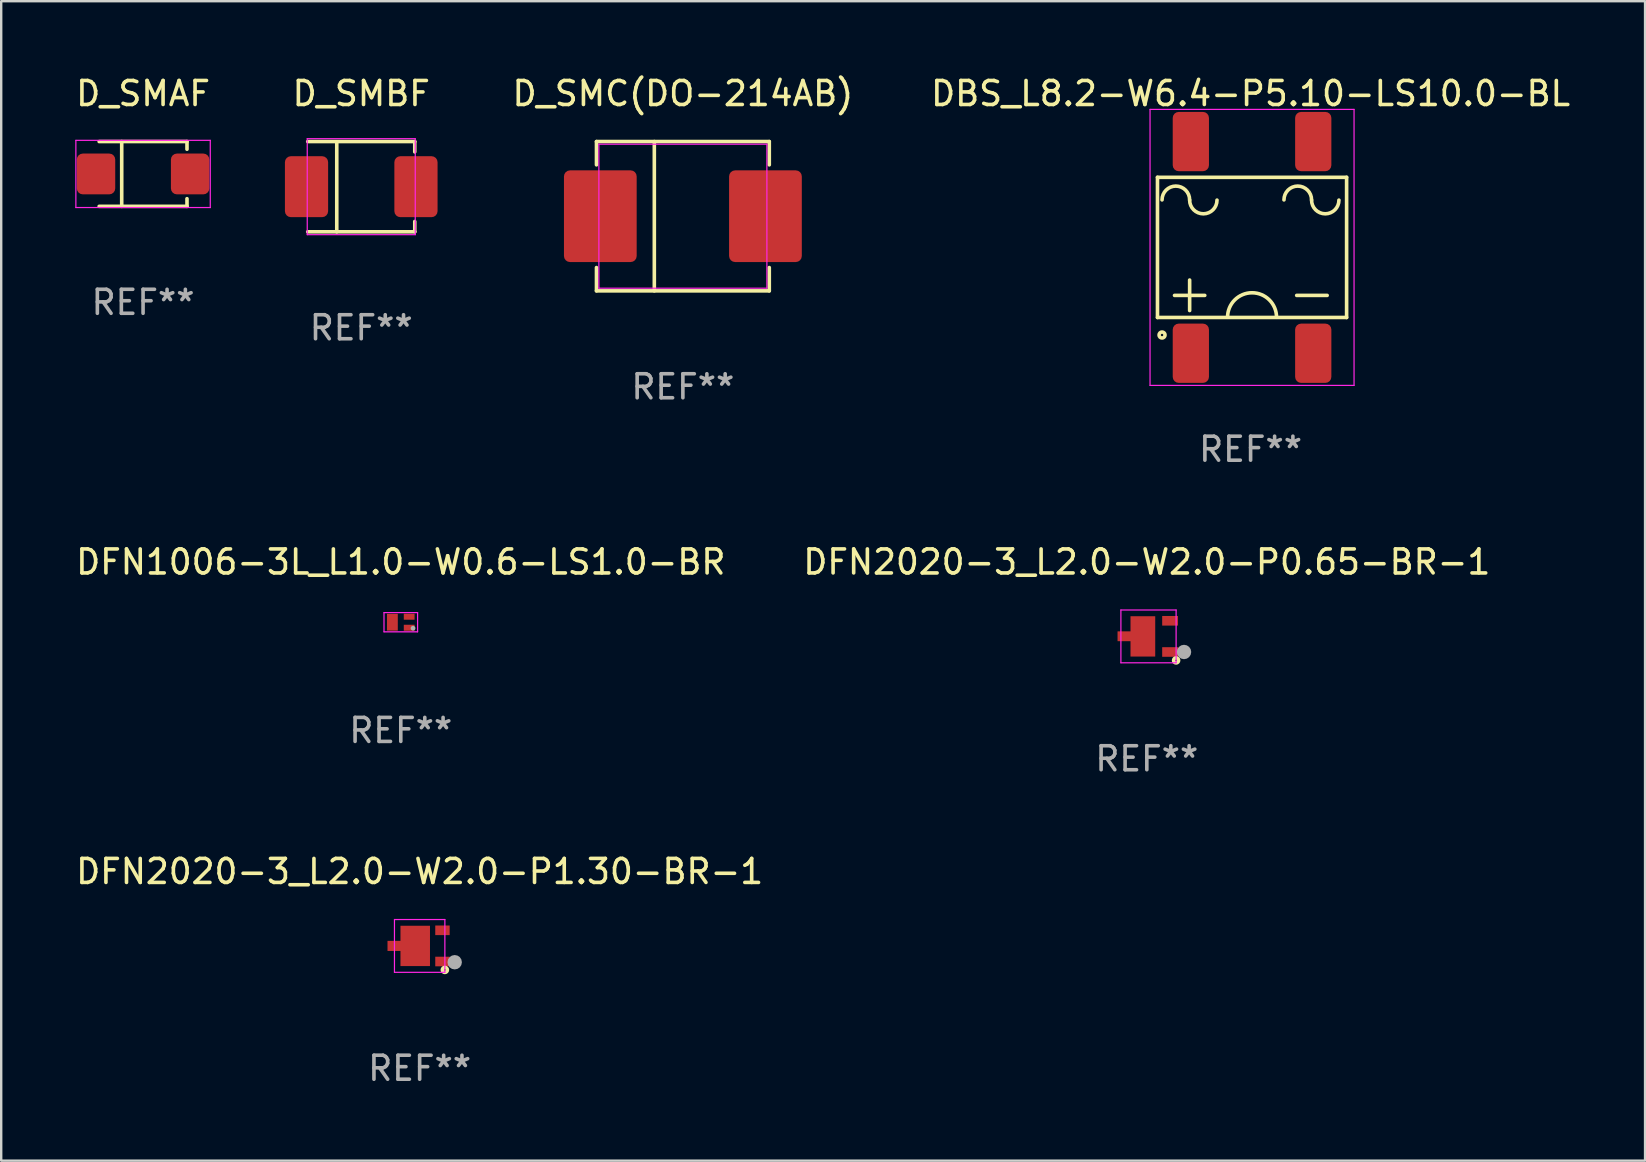
<source format=kicad_pcb>
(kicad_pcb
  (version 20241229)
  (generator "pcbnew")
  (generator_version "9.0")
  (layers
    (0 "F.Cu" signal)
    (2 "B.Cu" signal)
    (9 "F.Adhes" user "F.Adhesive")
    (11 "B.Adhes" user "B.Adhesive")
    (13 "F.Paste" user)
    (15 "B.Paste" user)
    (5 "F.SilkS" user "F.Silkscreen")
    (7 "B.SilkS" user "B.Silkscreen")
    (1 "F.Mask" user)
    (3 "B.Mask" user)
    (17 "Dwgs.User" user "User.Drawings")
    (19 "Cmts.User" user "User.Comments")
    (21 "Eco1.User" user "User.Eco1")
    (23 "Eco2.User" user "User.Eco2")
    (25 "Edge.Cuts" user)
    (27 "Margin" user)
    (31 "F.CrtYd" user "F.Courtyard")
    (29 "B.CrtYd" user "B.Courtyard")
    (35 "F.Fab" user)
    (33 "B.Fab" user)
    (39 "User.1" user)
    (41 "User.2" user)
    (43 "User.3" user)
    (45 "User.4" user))
  (footprint "DFN1006-3L_L1.0-W0.6-LS1.0-BR"
    (layer "F.Cu")
    (at 13.649 22.875)
    (property "Reference" "DFN1006-3L_L1.0-W0.6-LS1.0-BR" (at 0 -2.51 0) (layer "F.SilkS") (effects (font (size 1 1) (thickness 0.15))))
    (attr smd)
    (fp_line (start -0.7 -0.4) (end 0.7 -0.4) (stroke (width 0.05) (type default)) (layer "F.CrtYd"))
    (fp_line (start -0.7 0.4) (end -0.7 -0.4) (stroke (width 0.05) (type default)) (layer "F.CrtYd"))
    (fp_line (start 0.7 -0.4) (end 0.7 0.4) (stroke (width 0.05) (type default)) (layer "F.CrtYd"))
    (fp_line (start 0.7 0.4) (end -0.7 0.4) (stroke (width 0.05) (type default)) (layer "F.CrtYd"))
    (fp_circle (center 0.51 0.25) (end 0.56 0.25) (stroke (width 0.1) (type solid)) (fill no) (layer "F.Fab"))
    (fp_text user "REF**" (at 0 4.51 0) (layer "F.Fab") (effects (font (size 1 1) (thickness 0.15))))
    (pad "1" smd rect (at 0.35 0.23) (size 0.45 0.25) (layers "F.Cu" "F.Mask" "F.Paste"))
    (pad "2" smd rect (at 0.35 -0.23) (size 0.45 0.25) (layers "F.Cu" "F.Mask" "F.Paste"))
    (pad "3" smd rect (at -0.35 0 180) (size 0.45 0.7) (layers "F.Cu" "F.Mask" "F.Paste")))
  (footprint "D_SMBF"
    (layer "F.Cu")
    (at 12.001 4.728)
    (property "Reference" "D_SMBF" (at 0 -3.88 0) (layer "F.SilkS") (effects (font (size 1 1) (thickness 0.15))))
    (attr smd)
    (fp_line (start -2.23 -1.88) (end 2.23 -1.88) (stroke (width 0.15) (type solid)) (layer "F.SilkS"))
    (fp_line (start -2.23 1.88) (end 2.23 1.88) (stroke (width 0.15) (type solid)) (layer "F.SilkS"))
    (fp_line (start -1.02 -1.87) (end -1.02 1.88) (stroke (width 0.15) (type solid)) (layer "F.SilkS"))
    (fp_line (start 2.23 -1.88) (end 2.23 -1.45) (stroke (width 0.15) (type solid)) (layer "F.SilkS"))
    (fp_line (start 2.23 1.45) (end 2.23 1.88) (stroke (width 0.15) (type solid)) (layer "F.SilkS"))
    (fp_line (start -2.25 -2) (end 2.25 -2) (stroke (width 0.05) (type default)) (layer "F.CrtYd"))
    (fp_line (start -2.25 2) (end -2.25 -2) (stroke (width 0.05) (type default)) (layer "F.CrtYd"))
    (fp_line (start 2.25 -2) (end 2.25 2) (stroke (width 0.05) (type default)) (layer "F.CrtYd"))
    (fp_line (start 2.25 2) (end -2.25 2) (stroke (width 0.05) (type default)) (layer "F.CrtYd"))
    (fp_text user "REF**" (at 0 5.88 0) (layer "F.Fab") (effects (font (size 1 1) (thickness 0.15))))
    (pad "1" smd roundrect (at -2.28 0) (size 1.8 2.54) (layers "F.Cu" "F.Mask" "F.Paste") (roundrect_rratio 0.139))
    (pad "2" smd roundrect (at 2.28 0) (size 1.8 2.54) (layers "F.Cu" "F.Mask" "F.Paste") (roundrect_rratio 0.139)))
  (footprint "DFN2020-3_L2.0-W2.0-P1.30-BR-1"
    (layer "F.Cu")
    (at 14.685 36.361)
    (property "Reference" "DFN2020-3_L2.0-W2.0-P1.30-BR-1" (at -0.25 -3.1 0) (layer "F.SilkS") (effects (font (size 1 1) (thickness 0.15))))
    (attr smd)
    (fp_circle (center 0.8 1) (end 0.83 1) (stroke (width 0.15) (type solid)) (fill no) (layer "F.SilkS"))
    (fp_line (start -1.3 -1.1) (end -1.3 1.1) (stroke (width 0.05) (type default)) (layer "F.CrtYd"))
    (fp_line (start -1.3 1.1) (end 0.8 1.1) (stroke (width 0.05) (type default)) (layer "F.CrtYd"))
    (fp_line (start 0.8 -1.1) (end -1.3 -1.1) (stroke (width 0.05) (type default)) (layer "F.CrtYd"))
    (fp_line (start 0.8 1.1) (end 0.8 -1.1) (stroke (width 0.05) (type default)) (layer "F.CrtYd"))
    (fp_circle (center 1.21 0.68) (end 1.36 0.68) (stroke (width 0.3) (type solid)) (fill no) (layer "F.Fab"))
    (fp_text user "REF**" (at -0.25 5.1 0) (layer "F.Fab") (effects (font (size 1 1) (thickness 0.15))))
    (pad "1" smd rect (at 0.7 0.65) (size 0.6 0.4) (layers "F.Cu" "F.Mask" "F.Paste"))
    (pad "2" smd rect (at 0.7 -0.65) (size 0.6 0.4) (layers "F.Cu" "F.Mask" "F.Paste"))
    (pad "3" smd custom (at -0.7 0) (size 0.1 0.1) (layers "F.Cu" "F.Mask" "F.Paste") (options (anchor circle)) (primitives (gr_poly (pts (xy -0.89 -0.21) (xy -0.35 -0.21) (xy -0.35 -0.84) (xy 0.88 -0.84) (xy 0.88 0.84) (xy -0.35 0.84) (xy -0.35 0.21) (xy -0.89 0.21) (xy -0.89 -0.21)) (width 0) (fill yes)))))
  (footprint "D_SMAF"
    (layer "F.Cu")
    (at 2.911 4.198)
    (property "Reference" "D_SMAF" (at 0 -3.35 0) (layer "F.SilkS") (effects (font (size 1 1) (thickness 0.15))))
    (attr smd)
    (fp_line (start -1.83 -1.35) (end 1.83 -1.35) (stroke (width 0.15) (type solid)) (layer "F.SilkS"))
    (fp_line (start -1.83 1.35) (end 1.83 1.35) (stroke (width 0.15) (type solid)) (layer "F.SilkS"))
    (fp_line (start -0.89 -1.35) (end -0.89 1.35) (stroke (width 0.15) (type solid)) (layer "F.SilkS"))
    (fp_line (start 1.83 -1.35) (end 1.83 -1.03) (stroke (width 0.15) (type solid)) (layer "F.SilkS"))
    (fp_line (start 1.83 1.03) (end 1.83 1.35) (stroke (width 0.15) (type solid)) (layer "F.SilkS"))
    (fp_line (start -2.8 -1.4) (end -2.8 1.4) (stroke (width 0.05) (type default)) (layer "F.CrtYd"))
    (fp_line (start -2.8 1.4) (end 2.8 1.4) (stroke (width 0.05) (type default)) (layer "F.CrtYd"))
    (fp_line (start 2.8 -1.4) (end -2.8 -1.4) (stroke (width 0.05) (type default)) (layer "F.CrtYd"))
    (fp_line (start 2.8 1.4) (end 2.8 -1.4) (stroke (width 0.05) (type default)) (layer "F.CrtYd"))
    (fp_text user "REF**" (at 0 5.35 0) (layer "F.Fab") (effects (font (size 1 1) (thickness 0.15))))
    (pad "1" smd roundrect (at -1.96 0 180) (size 1.6 1.7) (layers "F.Cu" "F.Mask" "F.Paste") (roundrect_rratio 0.156))
    (pad "2" smd roundrect (at 1.96 0 180) (size 1.6 1.7) (layers "F.Cu" "F.Mask" "F.Paste") (roundrect_rratio 0.156)))
  (footprint "DBS_L8.2-W6.4-P5.10-LS10.0-BL"
    (layer "F.Cu")
    (at 49.116 7.258)
    (property "Reference" "DBS_L8.2-W6.4-P5.10-LS10.0-BL" (at -0.06 -6.41 0) (layer "F.SilkS") (effects (font (size 1 1) (thickness 0.15))))
    (attr smd)
    (fp_line (start -3.94 -2.92) (end -3.94 2.92) (stroke (width 0.15) (type solid)) (layer "F.SilkS"))
    (fp_line (start -3.94 2.92) (end 3.94 2.92) (stroke (width 0.15) (type solid)) (layer "F.SilkS"))
    (fp_line (start -2.6 1.36) (end -2.6 2.63) (stroke (width 0.15) (type solid)) (layer "F.SilkS"))
    (fp_line (start -1.97 2) (end -3.23 2) (stroke (width 0.15) (type solid)) (layer "F.SilkS"))
    (fp_line (start 3.13 2) (end 1.86 2) (stroke (width 0.15) (type solid)) (layer "F.SilkS"))
    (fp_line (start 3.94 -2.92) (end -3.94 -2.92) (stroke (width 0.15) (type solid)) (layer "F.SilkS"))
    (fp_line (start 3.94 2.92) (end 3.94 -2.92) (stroke (width 0.15) (type solid)) (layer "F.SilkS"))
    (fp_arc (start -3.75 -1.98) (mid -3.17 -2.56) (end -2.6 -1.98) (stroke (width 0.15) (type solid)) (layer "F.SilkS"))
    (fp_arc (start -1.46 -1.97) (mid -2.03 -1.4) (end -2.6 -1.97) (stroke (width 0.15) (type solid)) (layer "F.SilkS"))
    (fp_arc (start -1.02 2.91) (mid 0 1.89) (end 1.02 2.91) (stroke (width 0.15) (type solid)) (layer "F.SilkS"))
    (fp_arc (start 1.33 -1.98) (mid 1.91 -2.56) (end 2.48 -1.98) (stroke (width 0.15) (type solid)) (layer "F.SilkS"))
    (fp_arc (start 3.62 -1.97) (mid 3.05 -1.4) (end 2.48 -1.97) (stroke (width 0.15) (type solid)) (layer "F.SilkS"))
    (fp_circle (center -3.75 3.65) (end -3.7 3.65) (stroke (width 0.15) (type solid)) (fill no) (layer "F.SilkS"))
    (fp_line (start -4.25 -5.75) (end 4.25 -5.75) (stroke (width 0.05) (type default)) (layer "F.CrtYd"))
    (fp_line (start -4.25 5.75) (end -4.25 -5.75) (stroke (width 0.05) (type default)) (layer "F.CrtYd"))
    (fp_line (start 4.25 -5.75) (end 4.25 5.75) (stroke (width 0.05) (type default)) (layer "F.CrtYd"))
    (fp_line (start 4.25 5.75) (end -4.25 5.75) (stroke (width 0.05) (type default)) (layer "F.CrtYd"))
    (fp_text user "REF**" (at -0.06 8.41 0) (layer "F.Fab") (effects (font (size 1 1) (thickness 0.15))))
    (pad "1" smd roundrect (at -2.55 4.41 180) (size 1.51 2.47) (layers "F.Cu" "F.Mask" "F.Paste") (roundrect_rratio 0.166))
    (pad "2" smd roundrect (at 2.55 4.41 180) (size 1.51 2.47) (layers "F.Cu" "F.Mask" "F.Paste") (roundrect_rratio 0.166))
    (pad "3" smd roundrect (at 2.55 -4.41 180) (size 1.51 2.47) (layers "F.Cu" "F.Mask" "F.Paste") (roundrect_rratio 0.166))
    (pad "4" smd roundrect (at -2.55 -4.41 180) (size 1.51 2.47) (layers "F.Cu" "F.Mask" "F.Paste") (roundrect_rratio 0.166)))
  (footprint "DFN2020-3_L2.0-W2.0-P0.65-BR-1"
    (layer "F.Cu")
    (at 45.052 23.465)
    (property "Reference" "DFN2020-3_L2.0-W2.0-P0.65-BR-1" (at -0.32 -3.1 0) (layer "F.SilkS") (effects (font (size 1 1) (thickness 0.15))))
    (attr smd)
    (fp_circle (center 0.9 1) (end 0.93 1) (stroke (width 0.15) (type solid)) (fill no) (layer "F.SilkS"))
    (fp_line (start -1.4 -1.1) (end 0.9 -1.1) (stroke (width 0.05) (type default)) (layer "F.CrtYd"))
    (fp_line (start -1.4 1.1) (end -1.4 -1.1) (stroke (width 0.05) (type default)) (layer "F.CrtYd"))
    (fp_line (start 0.9 -1.1) (end 0.9 1.1) (stroke (width 0.05) (type default)) (layer "F.CrtYd"))
    (fp_line (start 0.9 1.1) (end -1.4 1.1) (stroke (width 0.05) (type default)) (layer "F.CrtYd"))
    (fp_circle (center 1.23 0.65) (end 1.38 0.65) (stroke (width 0.3) (type solid)) (fill no) (layer "F.Fab"))
    (fp_text user "REF**" (at -0.32 5.1 0) (layer "F.Fab") (effects (font (size 1 1) (thickness 0.15))))
    (pad "1" smd rect (at 0.65 0.65) (size 0.66 0.4) (layers "F.Cu" "F.Mask" "F.Paste"))
    (pad "2" smd rect (at 0.65 -0.65) (size 0.66 0.4) (layers "F.Cu" "F.Mask" "F.Paste"))
    (pad "3" smd custom (at -0.65 0) (size 0.1 0.1) (layers "F.Cu" "F.Mask" "F.Paste") (options (anchor circle)) (primitives (gr_poly (pts (xy -0.89 -0.21) (xy -0.35 -0.21) (xy -0.35 -0.84) (xy 0.68 -0.84) (xy 0.68 0.84) (xy -0.35 0.84) (xy -0.35 0.2) (xy -0.89 0.2) (xy -0.89 -0.21)) (width 0) (fill yes)))))
  (footprint "D_SMC(DO-214AB)"
    (layer "F.Cu")
    (at 25.402 5.958)
    (property "Reference" "D_SMC(DO-214AB)" (at 0 -5.11 0) (layer "F.SilkS") (effects (font (size 1 1) (thickness 0.15))))
    (attr smd)
    (fp_line (start -3.6 -3.11) (end -3.6 -2.14) (stroke (width 0.15) (type solid)) (layer "F.SilkS"))
    (fp_line (start -3.6 -3.11) (end 3.6 -3.11) (stroke (width 0.15) (type solid)) (layer "F.SilkS"))
    (fp_line (start -3.6 2.14) (end -3.6 3.11) (stroke (width 0.15) (type solid)) (layer "F.SilkS"))
    (fp_line (start -3.6 3.11) (end 3.6 3.11) (stroke (width 0.15) (type solid)) (layer "F.SilkS"))
    (fp_line (start -1.19 -3.11) (end -1.19 3.11) (stroke (width 0.15) (type solid)) (layer "F.SilkS"))
    (fp_line (start 3.6 -3.11) (end 3.6 -2.14) (stroke (width 0.15) (type solid)) (layer "F.SilkS"))
    (fp_line (start 3.6 2.14) (end 3.6 3.11) (stroke (width 0.15) (type solid)) (layer "F.SilkS"))
    (fp_line (start -3.5 -3) (end 3.5 -3) (stroke (width 0.05) (type default)) (layer "F.CrtYd"))
    (fp_line (start -3.5 3) (end -3.5 -3) (stroke (width 0.05) (type default)) (layer "F.CrtYd"))
    (fp_line (start 3.5 -3) (end 3.5 3) (stroke (width 0.05) (type default)) (layer "F.CrtYd"))
    (fp_line (start 3.5 3) (end -3.5 3) (stroke (width 0.05) (type default)) (layer "F.CrtYd"))
    (fp_text user "REF**" (at 0 7.11 0) (layer "F.Fab") (effects (font (size 1 1) (thickness 0.15))))
    (pad "1" smd roundrect (at 3.44 0 180) (size 3.03 3.82) (layers "F.Cu" "F.Mask" "F.Paste") (roundrect_rratio 0.083))
    (pad "2" smd roundrect (at -3.44 0 180) (size 3.03 3.82) (layers "F.Cu" "F.Mask" "F.Paste") (roundrect_rratio 0.083)))
  (gr_rect
    (start -3 -3)
    (end 65.491 45.309)
    (stroke (width 0.1) (type default))
    (fill no)
    (layer "Edge.Cuts")))
</source>
